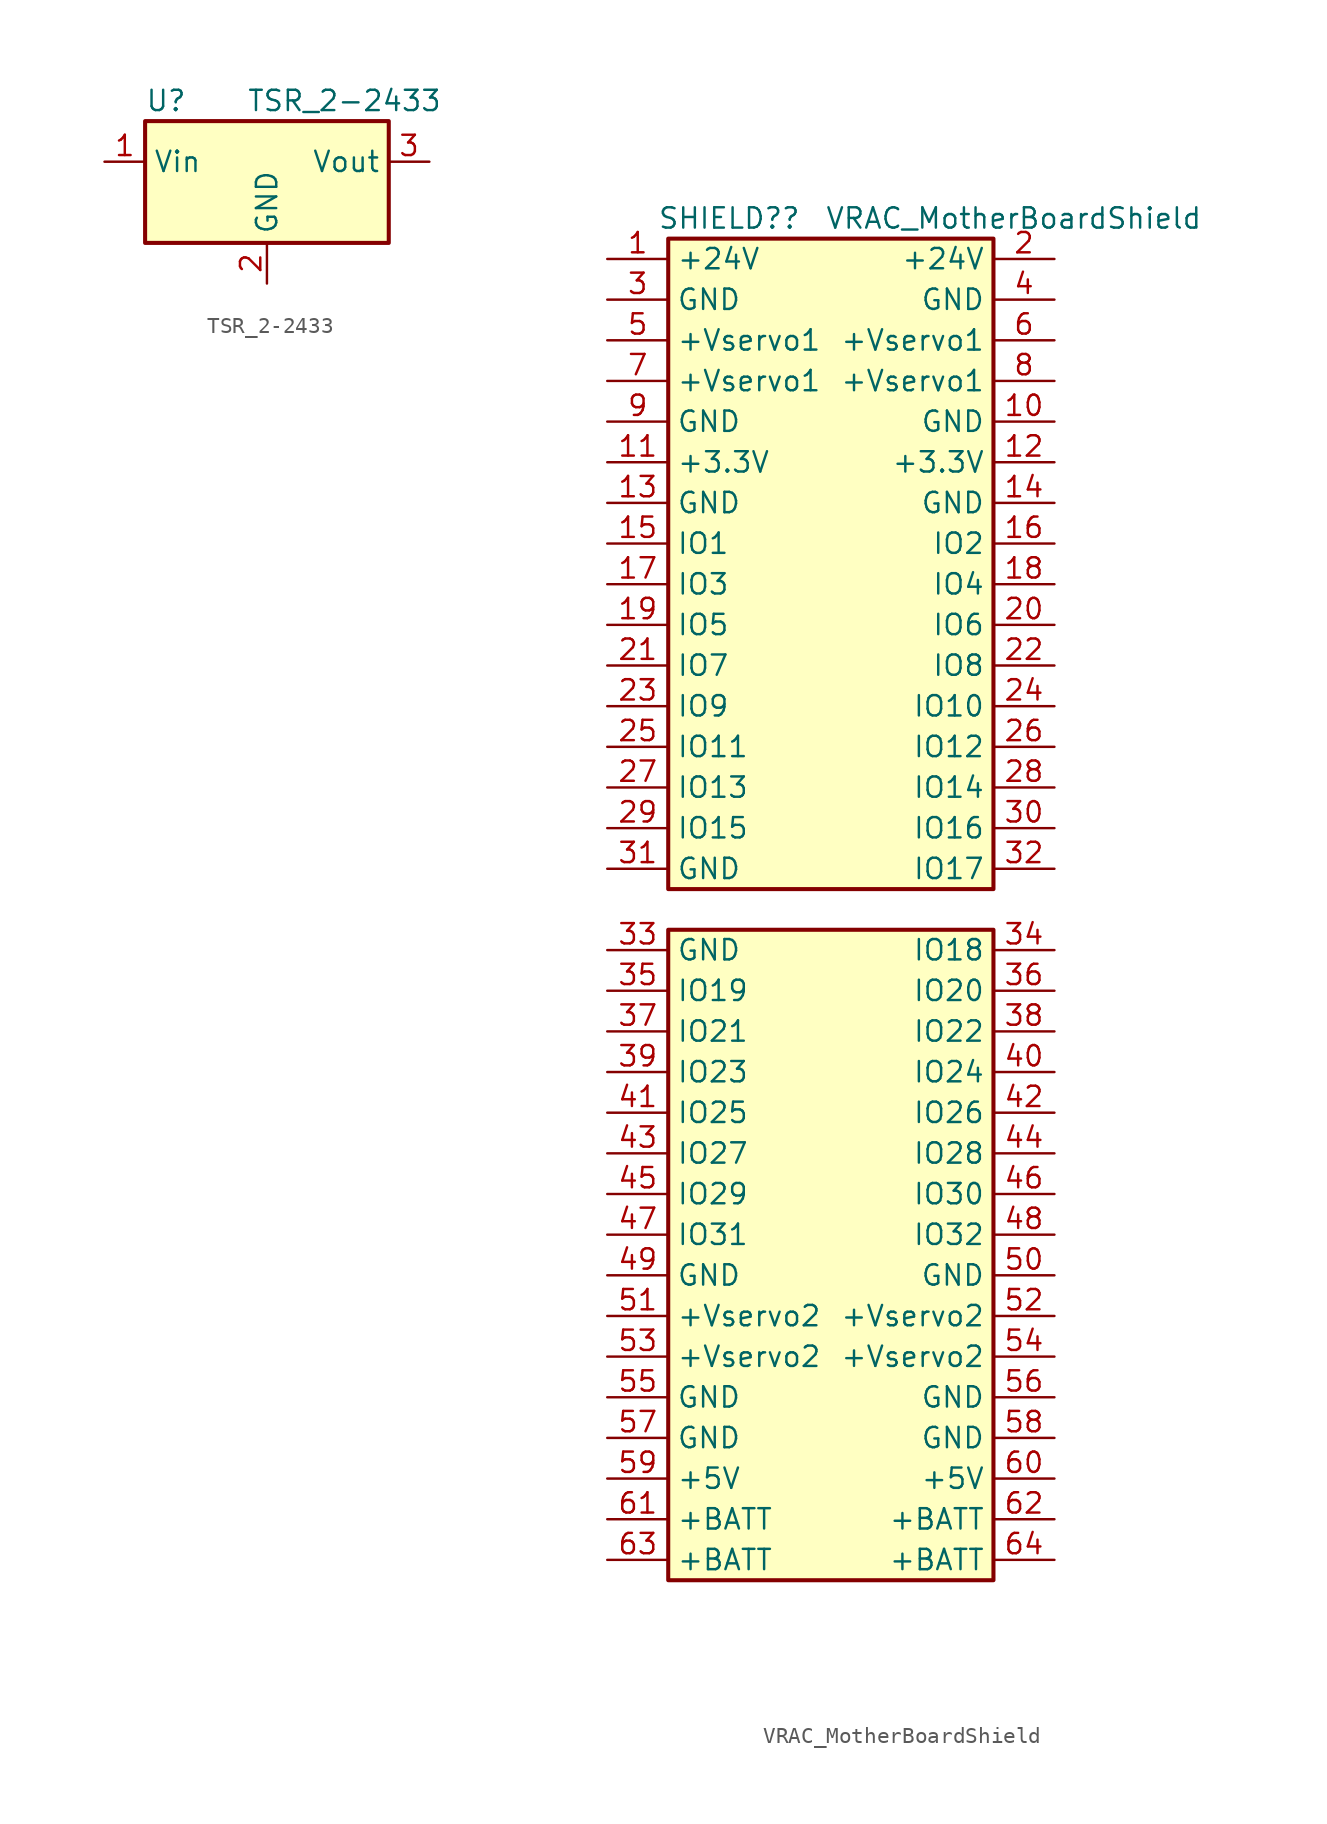
<source format=kicad_sym>
(kicad_symbol_lib
  (version 20220914)
  (generator kicad_symbol_editor)
  (symbol "TSR_2-2433"
    (property "Reference" "U"
      (at -7.62 6.35 0)
      (effects (font (size 1.27 1.27)) (justify left)))
    (property "Value" "TSR_2-2433"
      (at -1.27 6.35 0)
      (effects (font (size 1.27 1.27)) (justify left)))
    (symbol "TSR_2-2433_0_1"
      (rectangle (start -7.62 5.08) (end 7.62 -2.54) (stroke (width 0.254) (type default)) (fill (type background))))
    (symbol "TSR_2-2433_1_1"
      (pin power_in line (at -10.16 2.54 0) (length 2.54) (name "Vin" (effects (font (size 1.27 1.27)))) (number "1" (effects (font (size 1.27 1.27)))))
      (pin power_in line (at 0 -5.08 90) (length 2.54) (name "GND" (effects (font (size 1.27 1.27)))) (number "2" (effects (font (size 1.27 1.27)))))
      (pin power_out line (at 10.16 2.54 180) (length 2.54) (name "Vout" (effects (font (size 1.27 1.27)))) (number "3" (effects (font (size 1.27 1.27)))))))
  (symbol "VRAC_MotherBoardShield"
    (property "Reference" "SHIELD?"
      (at -6.35 43.18 0)
      (effects (font (size 1.27 1.27))))
    (property "Value" "VRAC_MotherBoardShield"
      (at 11.43 43.18 0)
      (effects (font (size 1.27 1.27))))
    (symbol "VRAC_MotherBoardShield_1_1"
      (rectangle (start -10.16 -1.27) (end 10.16 -41.91) (stroke (width 0.254) (type default)) (fill (type background)))
      (rectangle (start -10.16 41.91) (end 10.16 1.27) (stroke (width 0.254) (type default)) (fill (type background)))
      (pin passive line (at -13.97 40.64 0) (length 3.81) (name "+24V" (effects (font (size 1.27 1.27)))) (number "1" (effects (font (size 1.27 1.27)))))
      (pin passive line (at 13.97 30.48 180) (length 3.81) (name "GND" (effects (font (size 1.27 1.27)))) (number "10" (effects (font (size 1.27 1.27)))))
      (pin passive line (at -13.97 27.94 0) (length 3.81) (name "+3.3V" (effects (font (size 1.27 1.27)))) (number "11" (effects (font (size 1.27 1.27)))))
      (pin passive line (at 13.97 27.94 180) (length 3.81) (name "+3.3V" (effects (font (size 1.27 1.27)))) (number "12" (effects (font (size 1.27 1.27)))))
      (pin passive line (at -13.97 25.4 0) (length 3.81) (name "GND" (effects (font (size 1.27 1.27)))) (number "13" (effects (font (size 1.27 1.27)))))
      (pin passive line (at 13.97 25.4 180) (length 3.81) (name "GND" (effects (font (size 1.27 1.27)))) (number "14" (effects (font (size 1.27 1.27)))))
      (pin passive line (at -13.97 22.86 0) (length 3.81) (name "IO1" (effects (font (size 1.27 1.27)))) (number "15" (effects (font (size 1.27 1.27)))))
      (pin passive line (at 13.97 22.86 180) (length 3.81) (name "IO2" (effects (font (size 1.27 1.27)))) (number "16" (effects (font (size 1.27 1.27)))))
      (pin passive line (at -13.97 20.32 0) (length 3.81) (name "IO3" (effects (font (size 1.27 1.27)))) (number "17" (effects (font (size 1.27 1.27)))))
      (pin passive line (at 13.97 20.32 180) (length 3.81) (name "IO4" (effects (font (size 1.27 1.27)))) (number "18" (effects (font (size 1.27 1.27)))))
      (pin passive line (at -13.97 17.78 0) (length 3.81) (name "IO5" (effects (font (size 1.27 1.27)))) (number "19" (effects (font (size 1.27 1.27)))))
      (pin passive line (at 13.97 40.64 180) (length 3.81) (name "+24V" (effects (font (size 1.27 1.27)))) (number "2" (effects (font (size 1.27 1.27)))))
      (pin passive line (at 13.97 17.78 180) (length 3.81) (name "IO6" (effects (font (size 1.27 1.27)))) (number "20" (effects (font (size 1.27 1.27)))))
      (pin passive line (at -13.97 15.24 0) (length 3.81) (name "IO7" (effects (font (size 1.27 1.27)))) (number "21" (effects (font (size 1.27 1.27)))))
      (pin passive line (at 13.97 15.24 180) (length 3.81) (name "IO8" (effects (font (size 1.27 1.27)))) (number "22" (effects (font (size 1.27 1.27)))))
      (pin passive line (at -13.97 12.7 0) (length 3.81) (name "IO9" (effects (font (size 1.27 1.27)))) (number "23" (effects (font (size 1.27 1.27)))))
      (pin passive line (at 13.97 12.7 180) (length 3.81) (name "IO10" (effects (font (size 1.27 1.27)))) (number "24" (effects (font (size 1.27 1.27)))))
      (pin passive line (at -13.97 10.16 0) (length 3.81) (name "IO11" (effects (font (size 1.27 1.27)))) (number "25" (effects (font (size 1.27 1.27)))))
      (pin passive line (at 13.97 10.16 180) (length 3.81) (name "IO12" (effects (font (size 1.27 1.27)))) (number "26" (effects (font (size 1.27 1.27)))))
      (pin passive line (at -13.97 7.62 0) (length 3.81) (name "IO13" (effects (font (size 1.27 1.27)))) (number "27" (effects (font (size 1.27 1.27)))))
      (pin passive line (at 13.97 7.62 180) (length 3.81) (name "IO14" (effects (font (size 1.27 1.27)))) (number "28" (effects (font (size 1.27 1.27)))))
      (pin passive line (at -13.97 5.08 0) (length 3.81) (name "IO15" (effects (font (size 1.27 1.27)))) (number "29" (effects (font (size 1.27 1.27)))))
      (pin passive line (at -13.97 38.1 0) (length 3.81) (name "GND" (effects (font (size 1.27 1.27)))) (number "3" (effects (font (size 1.27 1.27)))))
      (pin passive line (at 13.97 5.08 180) (length 3.81) (name "IO16" (effects (font (size 1.27 1.27)))) (number "30" (effects (font (size 1.27 1.27)))))
      (pin passive line (at -13.97 2.54 0) (length 3.81) (name "GND" (effects (font (size 1.27 1.27)))) (number "31" (effects (font (size 1.27 1.27)))))
      (pin passive line (at 13.97 2.54 180) (length 3.81) (name "IO17" (effects (font (size 1.27 1.27)))) (number "32" (effects (font (size 1.27 1.27)))))
      (pin passive line (at -13.97 -2.54 0) (length 3.81) (name "GND" (effects (font (size 1.27 1.27)))) (number "33" (effects (font (size 1.27 1.27)))))
      (pin passive line (at 13.97 -2.54 180) (length 3.81) (name "IO18" (effects (font (size 1.27 1.27)))) (number "34" (effects (font (size 1.27 1.27)))))
      (pin passive line (at -13.97 -5.08 0) (length 3.81) (name "IO19" (effects (font (size 1.27 1.27)))) (number "35" (effects (font (size 1.27 1.27)))))
      (pin passive line (at 13.97 -5.08 180) (length 3.81) (name "IO20" (effects (font (size 1.27 1.27)))) (number "36" (effects (font (size 1.27 1.27)))))
      (pin passive line (at -13.97 -7.62 0) (length 3.81) (name "IO21" (effects (font (size 1.27 1.27)))) (number "37" (effects (font (size 1.27 1.27)))))
      (pin passive line (at 13.97 -7.62 180) (length 3.81) (name "IO22" (effects (font (size 1.27 1.27)))) (number "38" (effects (font (size 1.27 1.27)))))
      (pin passive line (at -13.97 -10.16 0) (length 3.81) (name "IO23" (effects (font (size 1.27 1.27)))) (number "39" (effects (font (size 1.27 1.27)))))
      (pin passive line (at 13.97 38.1 180) (length 3.81) (name "GND" (effects (font (size 1.27 1.27)))) (number "4" (effects (font (size 1.27 1.27)))))
      (pin passive line (at 13.97 -10.16 180) (length 3.81) (name "IO24" (effects (font (size 1.27 1.27)))) (number "40" (effects (font (size 1.27 1.27)))))
      (pin passive line (at -13.97 -12.7 0) (length 3.81) (name "IO25" (effects (font (size 1.27 1.27)))) (number "41" (effects (font (size 1.27 1.27)))))
      (pin passive line (at 13.97 -12.7 180) (length 3.81) (name "IO26" (effects (font (size 1.27 1.27)))) (number "42" (effects (font (size 1.27 1.27)))))
      (pin passive line (at -13.97 -15.24 0) (length 3.81) (name "IO27" (effects (font (size 1.27 1.27)))) (number "43" (effects (font (size 1.27 1.27)))))
      (pin passive line (at 13.97 -15.24 180) (length 3.81) (name "IO28" (effects (font (size 1.27 1.27)))) (number "44" (effects (font (size 1.27 1.27)))))
      (pin passive line (at -13.97 -17.78 0) (length 3.81) (name "IO29" (effects (font (size 1.27 1.27)))) (number "45" (effects (font (size 1.27 1.27)))))
      (pin passive line (at 13.97 -17.78 180) (length 3.81) (name "IO30" (effects (font (size 1.27 1.27)))) (number "46" (effects (font (size 1.27 1.27)))))
      (pin passive line (at -13.97 -20.32 0) (length 3.81) (name "IO31" (effects (font (size 1.27 1.27)))) (number "47" (effects (font (size 1.27 1.27)))))
      (pin passive line (at 13.97 -20.32 180) (length 3.81) (name "IO32" (effects (font (size 1.27 1.27)))) (number "48" (effects (font (size 1.27 1.27)))))
      (pin passive line (at -13.97 -22.86 0) (length 3.81) (name "GND" (effects (font (size 1.27 1.27)))) (number "49" (effects (font (size 1.27 1.27)))))
      (pin passive line (at -13.97 35.56 0) (length 3.81) (name "+Vservo1" (effects (font (size 1.27 1.27)))) (number "5" (effects (font (size 1.27 1.27)))))
      (pin passive line (at 13.97 -22.86 180) (length 3.81) (name "GND" (effects (font (size 1.27 1.27)))) (number "50" (effects (font (size 1.27 1.27)))))
      (pin passive line (at -13.97 -25.4 0) (length 3.81) (name "+Vservo2" (effects (font (size 1.27 1.27)))) (number "51" (effects (font (size 1.27 1.27)))))
      (pin passive line (at 13.97 -25.4 180) (length 3.81) (name "+Vservo2" (effects (font (size 1.27 1.27)))) (number "52" (effects (font (size 1.27 1.27)))))
      (pin passive line (at -13.97 -27.94 0) (length 3.81) (name "+Vservo2" (effects (font (size 1.27 1.27)))) (number "53" (effects (font (size 1.27 1.27)))))
      (pin passive line (at 13.97 -27.94 180) (length 3.81) (name "+Vservo2" (effects (font (size 1.27 1.27)))) (number "54" (effects (font (size 1.27 1.27)))))
      (pin passive line (at -13.97 -30.48 0) (length 3.81) (name "GND" (effects (font (size 1.27 1.27)))) (number "55" (effects (font (size 1.27 1.27)))))
      (pin passive line (at 13.97 -30.48 180) (length 3.81) (name "GND" (effects (font (size 1.27 1.27)))) (number "56" (effects (font (size 1.27 1.27)))))
      (pin passive line (at -13.97 -33.02 0) (length 3.81) (name "GND" (effects (font (size 1.27 1.27)))) (number "57" (effects (font (size 1.27 1.27)))))
      (pin passive line (at 13.97 -33.02 180) (length 3.81) (name "GND" (effects (font (size 1.27 1.27)))) (number "58" (effects (font (size 1.27 1.27)))))
      (pin passive line (at -13.97 -35.56 0) (length 3.81) (name "+5V" (effects (font (size 1.27 1.27)))) (number "59" (effects (font (size 1.27 1.27)))))
      (pin passive line (at 13.97 35.56 180) (length 3.81) (name "+Vservo1" (effects (font (size 1.27 1.27)))) (number "6" (effects (font (size 1.27 1.27)))))
      (pin passive line (at 13.97 -35.56 180) (length 3.81) (name "+5V" (effects (font (size 1.27 1.27)))) (number "60" (effects (font (size 1.27 1.27)))))
      (pin passive line (at -13.97 -38.1 0) (length 3.81) (name "+BATT" (effects (font (size 1.27 1.27)))) (number "61" (effects (font (size 1.27 1.27)))))
      (pin passive line (at 13.97 -38.1 180) (length 3.81) (name "+BATT" (effects (font (size 1.27 1.27)))) (number "62" (effects (font (size 1.27 1.27)))))
      (pin passive line (at -13.97 -40.64 0) (length 3.81) (name "+BATT" (effects (font (size 1.27 1.27)))) (number "63" (effects (font (size 1.27 1.27)))))
      (pin passive line (at 13.97 -40.64 180) (length 3.81) (name "+BATT" (effects (font (size 1.27 1.27)))) (number "64" (effects (font (size 1.27 1.27)))))
      (pin passive line (at -13.97 33.02 0) (length 3.81) (name "+Vservo1" (effects (font (size 1.27 1.27)))) (number "7" (effects (font (size 1.27 1.27)))))
      (pin passive line (at 13.97 33.02 180) (length 3.81) (name "+Vservo1" (effects (font (size 1.27 1.27)))) (number "8" (effects (font (size 1.27 1.27)))))
      (pin passive line (at -13.97 30.48 0) (length 3.81) (name "GND" (effects (font (size 1.27 1.27)))) (number "9" (effects (font (size 1.27 1.27))))))))
</source>
